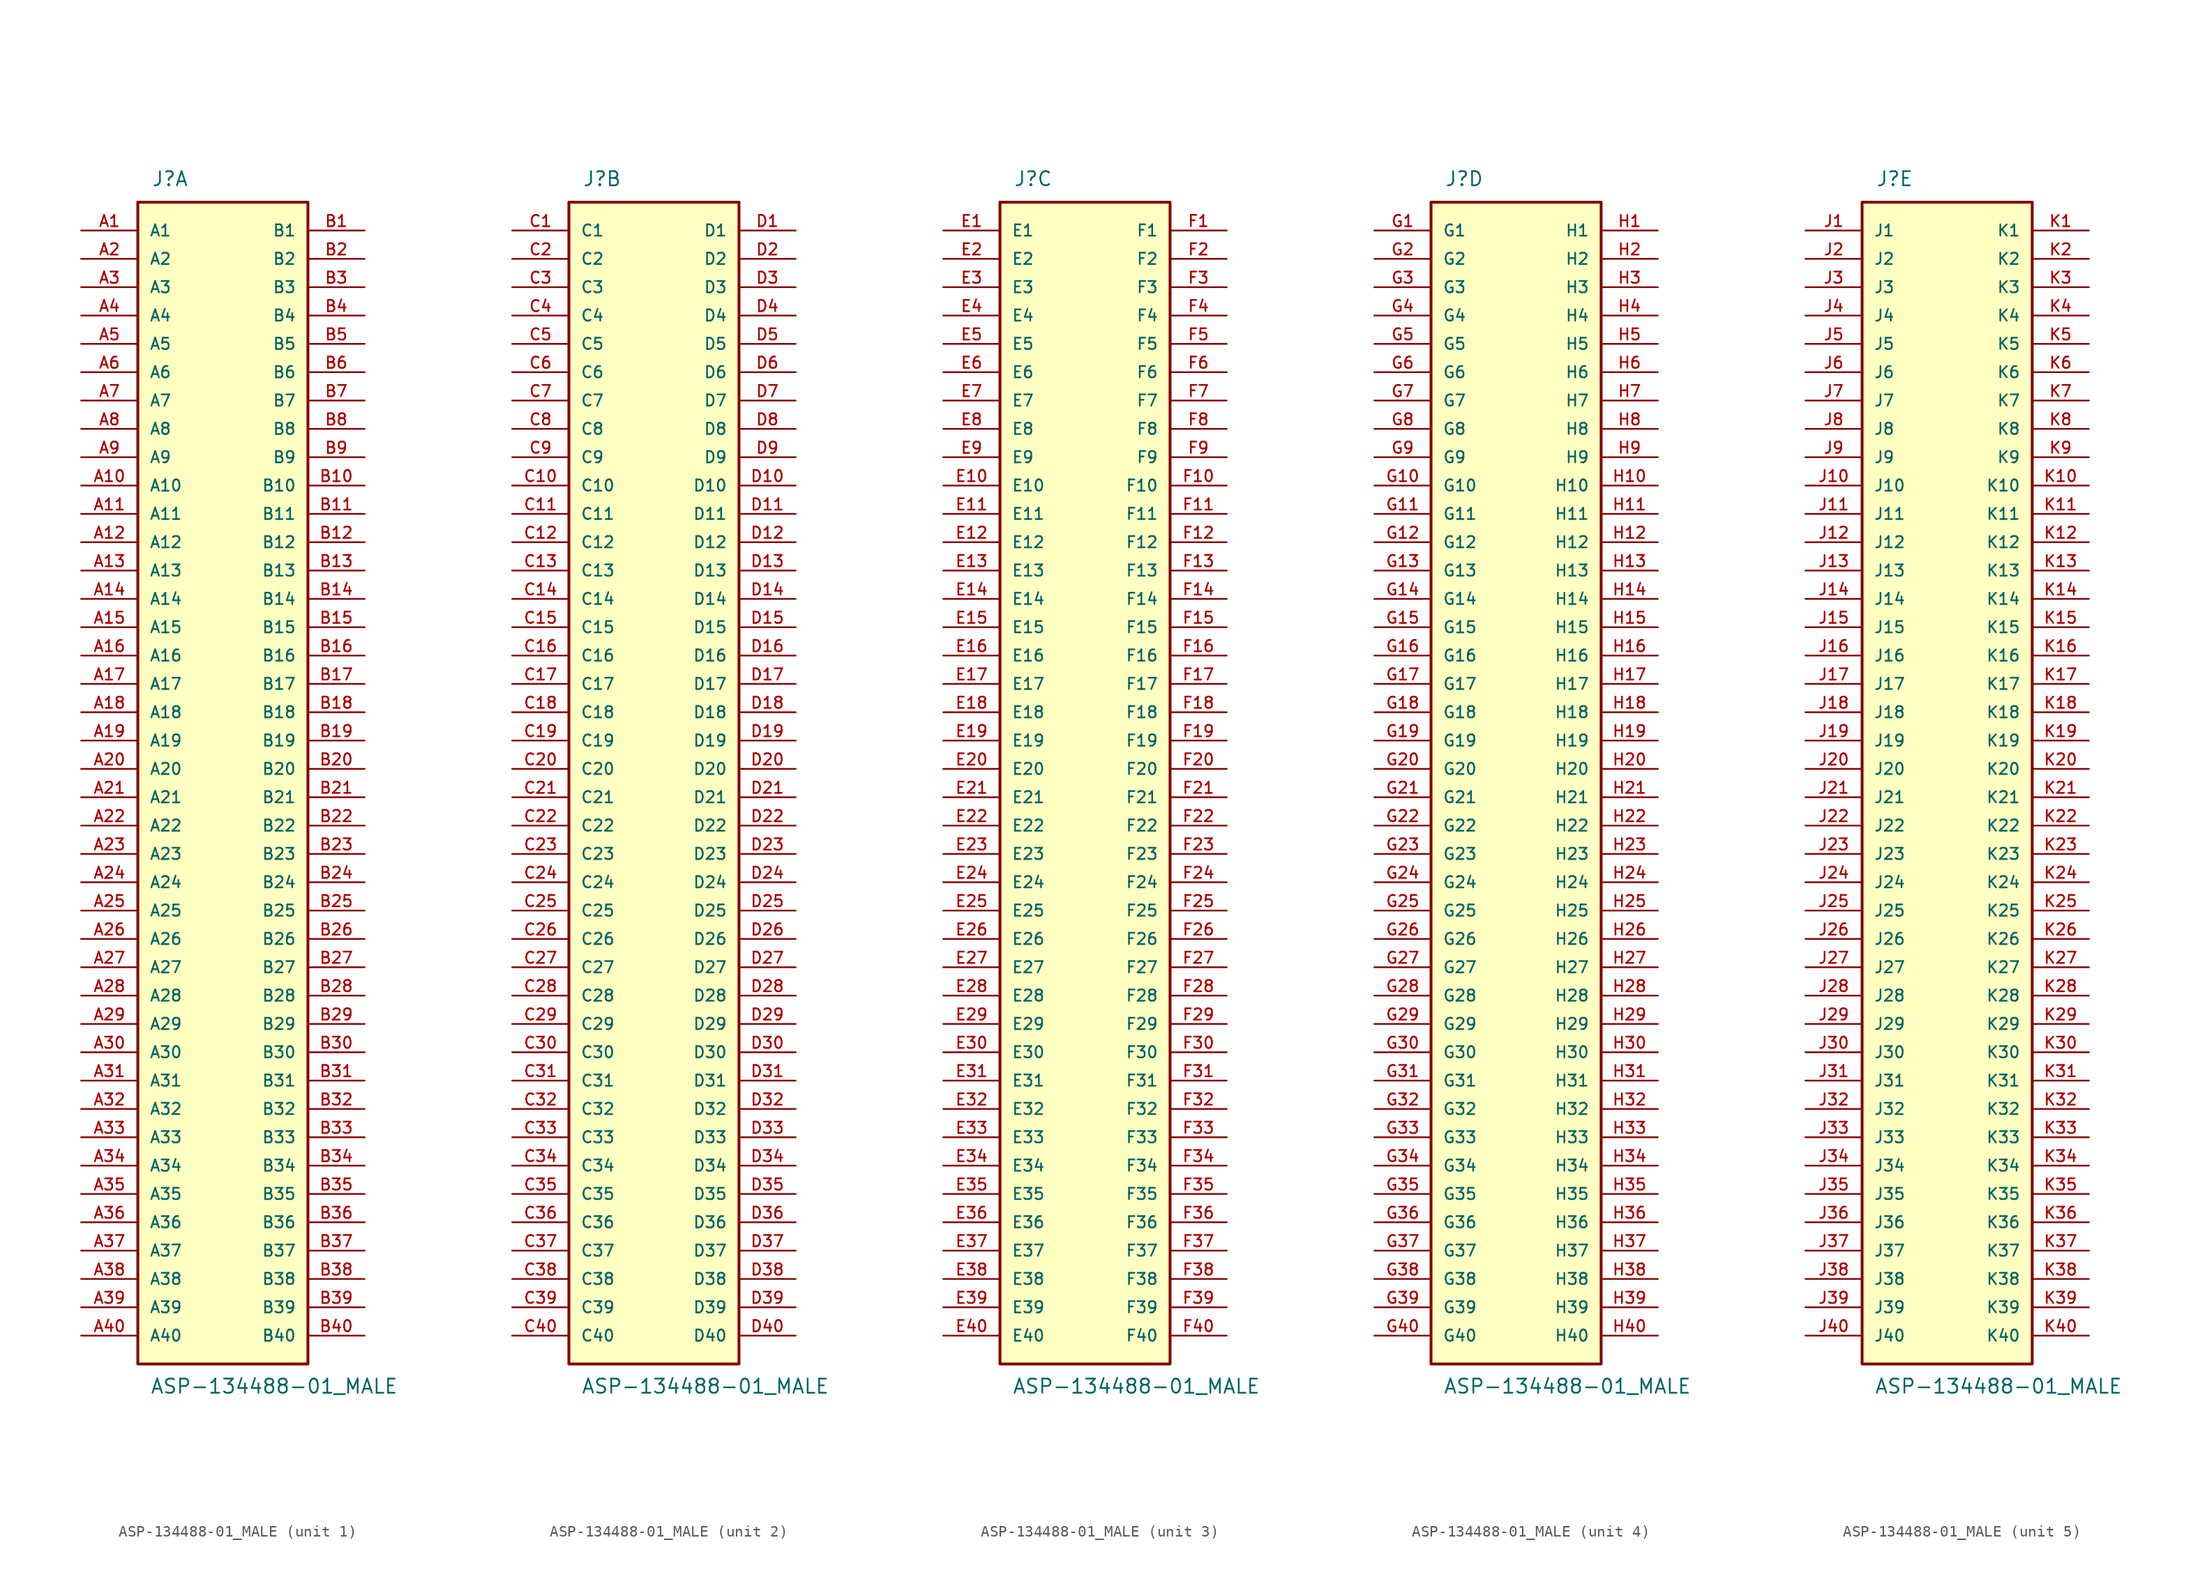
<source format=kicad_sym>
(kicad_symbol_lib
  (version 20211014)
  (generator kicad_symbol_editor)
  (symbol "ASP-134488-01_MALE"
    (pin_names
      (offset 1.016))
    (property "Reference" "J"
      (at -6.401 54.686 0)
      (effects (font (size 1.27 1.27)) (justify left bottom)))
    (property "Value" "ASP-134488-01_MALE"
      (at -6.528 -53.543 0)
      (effects (font (size 1.27 1.27)) (justify left bottom)))
    (property "ki_locked" ""
      (at 0 0 0)
      (effects (font (size 1.27 1.27))))
    (symbol "ASP-134488-01_MALE_1_0"
      (rectangle (start -7.62 -50.8) (end 7.62 53.34) (stroke (width 0.254) (type default) (color 0 0 0 0)) (fill (type background)))
      (pin passive line (at -12.7 50.8 0) (length 5.08) (name "A1" (effects (font (size 1.016 1.016)))) (number "A1" (effects (font (size 1.016 1.016)))))
      (pin passive line (at -12.7 27.94 0) (length 5.08) (name "A10" (effects (font (size 1.016 1.016)))) (number "A10" (effects (font (size 1.016 1.016)))))
      (pin passive line (at -12.7 25.4 0) (length 5.08) (name "A11" (effects (font (size 1.016 1.016)))) (number "A11" (effects (font (size 1.016 1.016)))))
      (pin passive line (at -12.7 22.86 0) (length 5.08) (name "A12" (effects (font (size 1.016 1.016)))) (number "A12" (effects (font (size 1.016 1.016)))))
      (pin passive line (at -12.7 20.32 0) (length 5.08) (name "A13" (effects (font (size 1.016 1.016)))) (number "A13" (effects (font (size 1.016 1.016)))))
      (pin passive line (at -12.7 17.78 0) (length 5.08) (name "A14" (effects (font (size 1.016 1.016)))) (number "A14" (effects (font (size 1.016 1.016)))))
      (pin passive line (at -12.7 15.24 0) (length 5.08) (name "A15" (effects (font (size 1.016 1.016)))) (number "A15" (effects (font (size 1.016 1.016)))))
      (pin passive line (at -12.7 12.7 0) (length 5.08) (name "A16" (effects (font (size 1.016 1.016)))) (number "A16" (effects (font (size 1.016 1.016)))))
      (pin passive line (at -12.7 10.16 0) (length 5.08) (name "A17" (effects (font (size 1.016 1.016)))) (number "A17" (effects (font (size 1.016 1.016)))))
      (pin passive line (at -12.7 7.62 0) (length 5.08) (name "A18" (effects (font (size 1.016 1.016)))) (number "A18" (effects (font (size 1.016 1.016)))))
      (pin passive line (at -12.7 5.08 0) (length 5.08) (name "A19" (effects (font (size 1.016 1.016)))) (number "A19" (effects (font (size 1.016 1.016)))))
      (pin passive line (at -12.7 48.26 0) (length 5.08) (name "A2" (effects (font (size 1.016 1.016)))) (number "A2" (effects (font (size 1.016 1.016)))))
      (pin passive line (at -12.7 2.54 0) (length 5.08) (name "A20" (effects (font (size 1.016 1.016)))) (number "A20" (effects (font (size 1.016 1.016)))))
      (pin passive line (at -12.7 0 0) (length 5.08) (name "A21" (effects (font (size 1.016 1.016)))) (number "A21" (effects (font (size 1.016 1.016)))))
      (pin passive line (at -12.7 -2.54 0) (length 5.08) (name "A22" (effects (font (size 1.016 1.016)))) (number "A22" (effects (font (size 1.016 1.016)))))
      (pin passive line (at -12.7 -5.08 0) (length 5.08) (name "A23" (effects (font (size 1.016 1.016)))) (number "A23" (effects (font (size 1.016 1.016)))))
      (pin passive line (at -12.7 -7.62 0) (length 5.08) (name "A24" (effects (font (size 1.016 1.016)))) (number "A24" (effects (font (size 1.016 1.016)))))
      (pin passive line (at -12.7 -10.16 0) (length 5.08) (name "A25" (effects (font (size 1.016 1.016)))) (number "A25" (effects (font (size 1.016 1.016)))))
      (pin passive line (at -12.7 -12.7 0) (length 5.08) (name "A26" (effects (font (size 1.016 1.016)))) (number "A26" (effects (font (size 1.016 1.016)))))
      (pin passive line (at -12.7 -15.24 0) (length 5.08) (name "A27" (effects (font (size 1.016 1.016)))) (number "A27" (effects (font (size 1.016 1.016)))))
      (pin passive line (at -12.7 -17.78 0) (length 5.08) (name "A28" (effects (font (size 1.016 1.016)))) (number "A28" (effects (font (size 1.016 1.016)))))
      (pin passive line (at -12.7 -20.32 0) (length 5.08) (name "A29" (effects (font (size 1.016 1.016)))) (number "A29" (effects (font (size 1.016 1.016)))))
      (pin passive line (at -12.7 45.72 0) (length 5.08) (name "A3" (effects (font (size 1.016 1.016)))) (number "A3" (effects (font (size 1.016 1.016)))))
      (pin passive line (at -12.7 -22.86 0) (length 5.08) (name "A30" (effects (font (size 1.016 1.016)))) (number "A30" (effects (font (size 1.016 1.016)))))
      (pin passive line (at -12.7 -25.4 0) (length 5.08) (name "A31" (effects (font (size 1.016 1.016)))) (number "A31" (effects (font (size 1.016 1.016)))))
      (pin passive line (at -12.7 -27.94 0) (length 5.08) (name "A32" (effects (font (size 1.016 1.016)))) (number "A32" (effects (font (size 1.016 1.016)))))
      (pin passive line (at -12.7 -30.48 0) (length 5.08) (name "A33" (effects (font (size 1.016 1.016)))) (number "A33" (effects (font (size 1.016 1.016)))))
      (pin passive line (at -12.7 -33.02 0) (length 5.08) (name "A34" (effects (font (size 1.016 1.016)))) (number "A34" (effects (font (size 1.016 1.016)))))
      (pin passive line (at -12.7 -35.56 0) (length 5.08) (name "A35" (effects (font (size 1.016 1.016)))) (number "A35" (effects (font (size 1.016 1.016)))))
      (pin passive line (at -12.7 -38.1 0) (length 5.08) (name "A36" (effects (font (size 1.016 1.016)))) (number "A36" (effects (font (size 1.016 1.016)))))
      (pin passive line (at -12.7 -40.64 0) (length 5.08) (name "A37" (effects (font (size 1.016 1.016)))) (number "A37" (effects (font (size 1.016 1.016)))))
      (pin passive line (at -12.7 -43.18 0) (length 5.08) (name "A38" (effects (font (size 1.016 1.016)))) (number "A38" (effects (font (size 1.016 1.016)))))
      (pin passive line (at -12.7 -45.72 0) (length 5.08) (name "A39" (effects (font (size 1.016 1.016)))) (number "A39" (effects (font (size 1.016 1.016)))))
      (pin passive line (at -12.7 43.18 0) (length 5.08) (name "A4" (effects (font (size 1.016 1.016)))) (number "A4" (effects (font (size 1.016 1.016)))))
      (pin passive line (at -12.7 -48.26 0) (length 5.08) (name "A40" (effects (font (size 1.016 1.016)))) (number "A40" (effects (font (size 1.016 1.016)))))
      (pin passive line (at -12.7 40.64 0) (length 5.08) (name "A5" (effects (font (size 1.016 1.016)))) (number "A5" (effects (font (size 1.016 1.016)))))
      (pin passive line (at -12.7 38.1 0) (length 5.08) (name "A6" (effects (font (size 1.016 1.016)))) (number "A6" (effects (font (size 1.016 1.016)))))
      (pin passive line (at -12.7 35.56 0) (length 5.08) (name "A7" (effects (font (size 1.016 1.016)))) (number "A7" (effects (font (size 1.016 1.016)))))
      (pin passive line (at -12.7 33.02 0) (length 5.08) (name "A8" (effects (font (size 1.016 1.016)))) (number "A8" (effects (font (size 1.016 1.016)))))
      (pin passive line (at -12.7 30.48 0) (length 5.08) (name "A9" (effects (font (size 1.016 1.016)))) (number "A9" (effects (font (size 1.016 1.016)))))
      (pin passive line (at 12.7 50.8 180) (length 5.08) (name "B1" (effects (font (size 1.016 1.016)))) (number "B1" (effects (font (size 1.016 1.016)))))
      (pin passive line (at 12.7 27.94 180) (length 5.08) (name "B10" (effects (font (size 1.016 1.016)))) (number "B10" (effects (font (size 1.016 1.016)))))
      (pin passive line (at 12.7 25.4 180) (length 5.08) (name "B11" (effects (font (size 1.016 1.016)))) (number "B11" (effects (font (size 1.016 1.016)))))
      (pin passive line (at 12.7 22.86 180) (length 5.08) (name "B12" (effects (font (size 1.016 1.016)))) (number "B12" (effects (font (size 1.016 1.016)))))
      (pin passive line (at 12.7 20.32 180) (length 5.08) (name "B13" (effects (font (size 1.016 1.016)))) (number "B13" (effects (font (size 1.016 1.016)))))
      (pin passive line (at 12.7 17.78 180) (length 5.08) (name "B14" (effects (font (size 1.016 1.016)))) (number "B14" (effects (font (size 1.016 1.016)))))
      (pin passive line (at 12.7 15.24 180) (length 5.08) (name "B15" (effects (font (size 1.016 1.016)))) (number "B15" (effects (font (size 1.016 1.016)))))
      (pin passive line (at 12.7 12.7 180) (length 5.08) (name "B16" (effects (font (size 1.016 1.016)))) (number "B16" (effects (font (size 1.016 1.016)))))
      (pin passive line (at 12.7 10.16 180) (length 5.08) (name "B17" (effects (font (size 1.016 1.016)))) (number "B17" (effects (font (size 1.016 1.016)))))
      (pin passive line (at 12.7 7.62 180) (length 5.08) (name "B18" (effects (font (size 1.016 1.016)))) (number "B18" (effects (font (size 1.016 1.016)))))
      (pin passive line (at 12.7 5.08 180) (length 5.08) (name "B19" (effects (font (size 1.016 1.016)))) (number "B19" (effects (font (size 1.016 1.016)))))
      (pin passive line (at 12.7 48.26 180) (length 5.08) (name "B2" (effects (font (size 1.016 1.016)))) (number "B2" (effects (font (size 1.016 1.016)))))
      (pin passive line (at 12.7 2.54 180) (length 5.08) (name "B20" (effects (font (size 1.016 1.016)))) (number "B20" (effects (font (size 1.016 1.016)))))
      (pin passive line (at 12.7 0 180) (length 5.08) (name "B21" (effects (font (size 1.016 1.016)))) (number "B21" (effects (font (size 1.016 1.016)))))
      (pin passive line (at 12.7 -2.54 180) (length 5.08) (name "B22" (effects (font (size 1.016 1.016)))) (number "B22" (effects (font (size 1.016 1.016)))))
      (pin passive line (at 12.7 -5.08 180) (length 5.08) (name "B23" (effects (font (size 1.016 1.016)))) (number "B23" (effects (font (size 1.016 1.016)))))
      (pin passive line (at 12.7 -7.62 180) (length 5.08) (name "B24" (effects (font (size 1.016 1.016)))) (number "B24" (effects (font (size 1.016 1.016)))))
      (pin passive line (at 12.7 -10.16 180) (length 5.08) (name "B25" (effects (font (size 1.016 1.016)))) (number "B25" (effects (font (size 1.016 1.016)))))
      (pin passive line (at 12.7 -12.7 180) (length 5.08) (name "B26" (effects (font (size 1.016 1.016)))) (number "B26" (effects (font (size 1.016 1.016)))))
      (pin passive line (at 12.7 -15.24 180) (length 5.08) (name "B27" (effects (font (size 1.016 1.016)))) (number "B27" (effects (font (size 1.016 1.016)))))
      (pin passive line (at 12.7 -17.78 180) (length 5.08) (name "B28" (effects (font (size 1.016 1.016)))) (number "B28" (effects (font (size 1.016 1.016)))))
      (pin passive line (at 12.7 -20.32 180) (length 5.08) (name "B29" (effects (font (size 1.016 1.016)))) (number "B29" (effects (font (size 1.016 1.016)))))
      (pin passive line (at 12.7 45.72 180) (length 5.08) (name "B3" (effects (font (size 1.016 1.016)))) (number "B3" (effects (font (size 1.016 1.016)))))
      (pin passive line (at 12.7 -22.86 180) (length 5.08) (name "B30" (effects (font (size 1.016 1.016)))) (number "B30" (effects (font (size 1.016 1.016)))))
      (pin passive line (at 12.7 -25.4 180) (length 5.08) (name "B31" (effects (font (size 1.016 1.016)))) (number "B31" (effects (font (size 1.016 1.016)))))
      (pin passive line (at 12.7 -27.94 180) (length 5.08) (name "B32" (effects (font (size 1.016 1.016)))) (number "B32" (effects (font (size 1.016 1.016)))))
      (pin passive line (at 12.7 -30.48 180) (length 5.08) (name "B33" (effects (font (size 1.016 1.016)))) (number "B33" (effects (font (size 1.016 1.016)))))
      (pin passive line (at 12.7 -33.02 180) (length 5.08) (name "B34" (effects (font (size 1.016 1.016)))) (number "B34" (effects (font (size 1.016 1.016)))))
      (pin passive line (at 12.7 -35.56 180) (length 5.08) (name "B35" (effects (font (size 1.016 1.016)))) (number "B35" (effects (font (size 1.016 1.016)))))
      (pin passive line (at 12.7 -38.1 180) (length 5.08) (name "B36" (effects (font (size 1.016 1.016)))) (number "B36" (effects (font (size 1.016 1.016)))))
      (pin passive line (at 12.7 -40.64 180) (length 5.08) (name "B37" (effects (font (size 1.016 1.016)))) (number "B37" (effects (font (size 1.016 1.016)))))
      (pin passive line (at 12.7 -43.18 180) (length 5.08) (name "B38" (effects (font (size 1.016 1.016)))) (number "B38" (effects (font (size 1.016 1.016)))))
      (pin passive line (at 12.7 -45.72 180) (length 5.08) (name "B39" (effects (font (size 1.016 1.016)))) (number "B39" (effects (font (size 1.016 1.016)))))
      (pin passive line (at 12.7 43.18 180) (length 5.08) (name "B4" (effects (font (size 1.016 1.016)))) (number "B4" (effects (font (size 1.016 1.016)))))
      (pin passive line (at 12.7 -48.26 180) (length 5.08) (name "B40" (effects (font (size 1.016 1.016)))) (number "B40" (effects (font (size 1.016 1.016)))))
      (pin passive line (at 12.7 40.64 180) (length 5.08) (name "B5" (effects (font (size 1.016 1.016)))) (number "B5" (effects (font (size 1.016 1.016)))))
      (pin passive line (at 12.7 38.1 180) (length 5.08) (name "B6" (effects (font (size 1.016 1.016)))) (number "B6" (effects (font (size 1.016 1.016)))))
      (pin passive line (at 12.7 35.56 180) (length 5.08) (name "B7" (effects (font (size 1.016 1.016)))) (number "B7" (effects (font (size 1.016 1.016)))))
      (pin passive line (at 12.7 33.02 180) (length 5.08) (name "B8" (effects (font (size 1.016 1.016)))) (number "B8" (effects (font (size 1.016 1.016)))))
      (pin passive line (at 12.7 30.48 180) (length 5.08) (name "B9" (effects (font (size 1.016 1.016)))) (number "B9" (effects (font (size 1.016 1.016))))))
    (symbol "ASP-134488-01_MALE_2_0"
      (rectangle (start -7.62 -50.8) (end 7.62 53.34) (stroke (width 0.254) (type default) (color 0 0 0 0)) (fill (type background)))
      (pin passive line (at -12.7 50.8 0) (length 5.08) (name "C1" (effects (font (size 1.016 1.016)))) (number "C1" (effects (font (size 1.016 1.016)))))
      (pin passive line (at -12.7 27.94 0) (length 5.08) (name "C10" (effects (font (size 1.016 1.016)))) (number "C10" (effects (font (size 1.016 1.016)))))
      (pin passive line (at -12.7 25.4 0) (length 5.08) (name "C11" (effects (font (size 1.016 1.016)))) (number "C11" (effects (font (size 1.016 1.016)))))
      (pin passive line (at -12.7 22.86 0) (length 5.08) (name "C12" (effects (font (size 1.016 1.016)))) (number "C12" (effects (font (size 1.016 1.016)))))
      (pin passive line (at -12.7 20.32 0) (length 5.08) (name "C13" (effects (font (size 1.016 1.016)))) (number "C13" (effects (font (size 1.016 1.016)))))
      (pin passive line (at -12.7 17.78 0) (length 5.08) (name "C14" (effects (font (size 1.016 1.016)))) (number "C14" (effects (font (size 1.016 1.016)))))
      (pin passive line (at -12.7 15.24 0) (length 5.08) (name "C15" (effects (font (size 1.016 1.016)))) (number "C15" (effects (font (size 1.016 1.016)))))
      (pin passive line (at -12.7 12.7 0) (length 5.08) (name "C16" (effects (font (size 1.016 1.016)))) (number "C16" (effects (font (size 1.016 1.016)))))
      (pin passive line (at -12.7 10.16 0) (length 5.08) (name "C17" (effects (font (size 1.016 1.016)))) (number "C17" (effects (font (size 1.016 1.016)))))
      (pin passive line (at -12.7 7.62 0) (length 5.08) (name "C18" (effects (font (size 1.016 1.016)))) (number "C18" (effects (font (size 1.016 1.016)))))
      (pin passive line (at -12.7 5.08 0) (length 5.08) (name "C19" (effects (font (size 1.016 1.016)))) (number "C19" (effects (font (size 1.016 1.016)))))
      (pin passive line (at -12.7 48.26 0) (length 5.08) (name "C2" (effects (font (size 1.016 1.016)))) (number "C2" (effects (font (size 1.016 1.016)))))
      (pin passive line (at -12.7 2.54 0) (length 5.08) (name "C20" (effects (font (size 1.016 1.016)))) (number "C20" (effects (font (size 1.016 1.016)))))
      (pin passive line (at -12.7 0 0) (length 5.08) (name "C21" (effects (font (size 1.016 1.016)))) (number "C21" (effects (font (size 1.016 1.016)))))
      (pin passive line (at -12.7 -2.54 0) (length 5.08) (name "C22" (effects (font (size 1.016 1.016)))) (number "C22" (effects (font (size 1.016 1.016)))))
      (pin passive line (at -12.7 -5.08 0) (length 5.08) (name "C23" (effects (font (size 1.016 1.016)))) (number "C23" (effects (font (size 1.016 1.016)))))
      (pin passive line (at -12.7 -7.62 0) (length 5.08) (name "C24" (effects (font (size 1.016 1.016)))) (number "C24" (effects (font (size 1.016 1.016)))))
      (pin passive line (at -12.7 -10.16 0) (length 5.08) (name "C25" (effects (font (size 1.016 1.016)))) (number "C25" (effects (font (size 1.016 1.016)))))
      (pin passive line (at -12.7 -12.7 0) (length 5.08) (name "C26" (effects (font (size 1.016 1.016)))) (number "C26" (effects (font (size 1.016 1.016)))))
      (pin passive line (at -12.7 -15.24 0) (length 5.08) (name "C27" (effects (font (size 1.016 1.016)))) (number "C27" (effects (font (size 1.016 1.016)))))
      (pin passive line (at -12.7 -17.78 0) (length 5.08) (name "C28" (effects (font (size 1.016 1.016)))) (number "C28" (effects (font (size 1.016 1.016)))))
      (pin passive line (at -12.7 -20.32 0) (length 5.08) (name "C29" (effects (font (size 1.016 1.016)))) (number "C29" (effects (font (size 1.016 1.016)))))
      (pin passive line (at -12.7 45.72 0) (length 5.08) (name "C3" (effects (font (size 1.016 1.016)))) (number "C3" (effects (font (size 1.016 1.016)))))
      (pin passive line (at -12.7 -22.86 0) (length 5.08) (name "C30" (effects (font (size 1.016 1.016)))) (number "C30" (effects (font (size 1.016 1.016)))))
      (pin passive line (at -12.7 -25.4 0) (length 5.08) (name "C31" (effects (font (size 1.016 1.016)))) (number "C31" (effects (font (size 1.016 1.016)))))
      (pin passive line (at -12.7 -27.94 0) (length 5.08) (name "C32" (effects (font (size 1.016 1.016)))) (number "C32" (effects (font (size 1.016 1.016)))))
      (pin passive line (at -12.7 -30.48 0) (length 5.08) (name "C33" (effects (font (size 1.016 1.016)))) (number "C33" (effects (font (size 1.016 1.016)))))
      (pin passive line (at -12.7 -33.02 0) (length 5.08) (name "C34" (effects (font (size 1.016 1.016)))) (number "C34" (effects (font (size 1.016 1.016)))))
      (pin passive line (at -12.7 -35.56 0) (length 5.08) (name "C35" (effects (font (size 1.016 1.016)))) (number "C35" (effects (font (size 1.016 1.016)))))
      (pin passive line (at -12.7 -38.1 0) (length 5.08) (name "C36" (effects (font (size 1.016 1.016)))) (number "C36" (effects (font (size 1.016 1.016)))))
      (pin passive line (at -12.7 -40.64 0) (length 5.08) (name "C37" (effects (font (size 1.016 1.016)))) (number "C37" (effects (font (size 1.016 1.016)))))
      (pin passive line (at -12.7 -43.18 0) (length 5.08) (name "C38" (effects (font (size 1.016 1.016)))) (number "C38" (effects (font (size 1.016 1.016)))))
      (pin passive line (at -12.7 -45.72 0) (length 5.08) (name "C39" (effects (font (size 1.016 1.016)))) (number "C39" (effects (font (size 1.016 1.016)))))
      (pin passive line (at -12.7 43.18 0) (length 5.08) (name "C4" (effects (font (size 1.016 1.016)))) (number "C4" (effects (font (size 1.016 1.016)))))
      (pin passive line (at -12.7 -48.26 0) (length 5.08) (name "C40" (effects (font (size 1.016 1.016)))) (number "C40" (effects (font (size 1.016 1.016)))))
      (pin passive line (at -12.7 40.64 0) (length 5.08) (name "C5" (effects (font (size 1.016 1.016)))) (number "C5" (effects (font (size 1.016 1.016)))))
      (pin passive line (at -12.7 38.1 0) (length 5.08) (name "C6" (effects (font (size 1.016 1.016)))) (number "C6" (effects (font (size 1.016 1.016)))))
      (pin passive line (at -12.7 35.56 0) (length 5.08) (name "C7" (effects (font (size 1.016 1.016)))) (number "C7" (effects (font (size 1.016 1.016)))))
      (pin passive line (at -12.7 33.02 0) (length 5.08) (name "C8" (effects (font (size 1.016 1.016)))) (number "C8" (effects (font (size 1.016 1.016)))))
      (pin passive line (at -12.7 30.48 0) (length 5.08) (name "C9" (effects (font (size 1.016 1.016)))) (number "C9" (effects (font (size 1.016 1.016)))))
      (pin passive line (at 12.7 50.8 180) (length 5.08) (name "D1" (effects (font (size 1.016 1.016)))) (number "D1" (effects (font (size 1.016 1.016)))))
      (pin passive line (at 12.7 27.94 180) (length 5.08) (name "D10" (effects (font (size 1.016 1.016)))) (number "D10" (effects (font (size 1.016 1.016)))))
      (pin passive line (at 12.7 25.4 180) (length 5.08) (name "D11" (effects (font (size 1.016 1.016)))) (number "D11" (effects (font (size 1.016 1.016)))))
      (pin passive line (at 12.7 22.86 180) (length 5.08) (name "D12" (effects (font (size 1.016 1.016)))) (number "D12" (effects (font (size 1.016 1.016)))))
      (pin passive line (at 12.7 20.32 180) (length 5.08) (name "D13" (effects (font (size 1.016 1.016)))) (number "D13" (effects (font (size 1.016 1.016)))))
      (pin passive line (at 12.7 17.78 180) (length 5.08) (name "D14" (effects (font (size 1.016 1.016)))) (number "D14" (effects (font (size 1.016 1.016)))))
      (pin passive line (at 12.7 15.24 180) (length 5.08) (name "D15" (effects (font (size 1.016 1.016)))) (number "D15" (effects (font (size 1.016 1.016)))))
      (pin passive line (at 12.7 12.7 180) (length 5.08) (name "D16" (effects (font (size 1.016 1.016)))) (number "D16" (effects (font (size 1.016 1.016)))))
      (pin passive line (at 12.7 10.16 180) (length 5.08) (name "D17" (effects (font (size 1.016 1.016)))) (number "D17" (effects (font (size 1.016 1.016)))))
      (pin passive line (at 12.7 7.62 180) (length 5.08) (name "D18" (effects (font (size 1.016 1.016)))) (number "D18" (effects (font (size 1.016 1.016)))))
      (pin passive line (at 12.7 5.08 180) (length 5.08) (name "D19" (effects (font (size 1.016 1.016)))) (number "D19" (effects (font (size 1.016 1.016)))))
      (pin passive line (at 12.7 48.26 180) (length 5.08) (name "D2" (effects (font (size 1.016 1.016)))) (number "D2" (effects (font (size 1.016 1.016)))))
      (pin passive line (at 12.7 2.54 180) (length 5.08) (name "D20" (effects (font (size 1.016 1.016)))) (number "D20" (effects (font (size 1.016 1.016)))))
      (pin passive line (at 12.7 0 180) (length 5.08) (name "D21" (effects (font (size 1.016 1.016)))) (number "D21" (effects (font (size 1.016 1.016)))))
      (pin passive line (at 12.7 -2.54 180) (length 5.08) (name "D22" (effects (font (size 1.016 1.016)))) (number "D22" (effects (font (size 1.016 1.016)))))
      (pin passive line (at 12.7 -5.08 180) (length 5.08) (name "D23" (effects (font (size 1.016 1.016)))) (number "D23" (effects (font (size 1.016 1.016)))))
      (pin passive line (at 12.7 -7.62 180) (length 5.08) (name "D24" (effects (font (size 1.016 1.016)))) (number "D24" (effects (font (size 1.016 1.016)))))
      (pin passive line (at 12.7 -10.16 180) (length 5.08) (name "D25" (effects (font (size 1.016 1.016)))) (number "D25" (effects (font (size 1.016 1.016)))))
      (pin passive line (at 12.7 -12.7 180) (length 5.08) (name "D26" (effects (font (size 1.016 1.016)))) (number "D26" (effects (font (size 1.016 1.016)))))
      (pin passive line (at 12.7 -15.24 180) (length 5.08) (name "D27" (effects (font (size 1.016 1.016)))) (number "D27" (effects (font (size 1.016 1.016)))))
      (pin passive line (at 12.7 -17.78 180) (length 5.08) (name "D28" (effects (font (size 1.016 1.016)))) (number "D28" (effects (font (size 1.016 1.016)))))
      (pin passive line (at 12.7 -20.32 180) (length 5.08) (name "D29" (effects (font (size 1.016 1.016)))) (number "D29" (effects (font (size 1.016 1.016)))))
      (pin passive line (at 12.7 45.72 180) (length 5.08) (name "D3" (effects (font (size 1.016 1.016)))) (number "D3" (effects (font (size 1.016 1.016)))))
      (pin passive line (at 12.7 -22.86 180) (length 5.08) (name "D30" (effects (font (size 1.016 1.016)))) (number "D30" (effects (font (size 1.016 1.016)))))
      (pin passive line (at 12.7 -25.4 180) (length 5.08) (name "D31" (effects (font (size 1.016 1.016)))) (number "D31" (effects (font (size 1.016 1.016)))))
      (pin passive line (at 12.7 -27.94 180) (length 5.08) (name "D32" (effects (font (size 1.016 1.016)))) (number "D32" (effects (font (size 1.016 1.016)))))
      (pin passive line (at 12.7 -30.48 180) (length 5.08) (name "D33" (effects (font (size 1.016 1.016)))) (number "D33" (effects (font (size 1.016 1.016)))))
      (pin passive line (at 12.7 -33.02 180) (length 5.08) (name "D34" (effects (font (size 1.016 1.016)))) (number "D34" (effects (font (size 1.016 1.016)))))
      (pin passive line (at 12.7 -35.56 180) (length 5.08) (name "D35" (effects (font (size 1.016 1.016)))) (number "D35" (effects (font (size 1.016 1.016)))))
      (pin passive line (at 12.7 -38.1 180) (length 5.08) (name "D36" (effects (font (size 1.016 1.016)))) (number "D36" (effects (font (size 1.016 1.016)))))
      (pin passive line (at 12.7 -40.64 180) (length 5.08) (name "D37" (effects (font (size 1.016 1.016)))) (number "D37" (effects (font (size 1.016 1.016)))))
      (pin passive line (at 12.7 -43.18 180) (length 5.08) (name "D38" (effects (font (size 1.016 1.016)))) (number "D38" (effects (font (size 1.016 1.016)))))
      (pin passive line (at 12.7 -45.72 180) (length 5.08) (name "D39" (effects (font (size 1.016 1.016)))) (number "D39" (effects (font (size 1.016 1.016)))))
      (pin passive line (at 12.7 43.18 180) (length 5.08) (name "D4" (effects (font (size 1.016 1.016)))) (number "D4" (effects (font (size 1.016 1.016)))))
      (pin passive line (at 12.7 -48.26 180) (length 5.08) (name "D40" (effects (font (size 1.016 1.016)))) (number "D40" (effects (font (size 1.016 1.016)))))
      (pin passive line (at 12.7 40.64 180) (length 5.08) (name "D5" (effects (font (size 1.016 1.016)))) (number "D5" (effects (font (size 1.016 1.016)))))
      (pin passive line (at 12.7 38.1 180) (length 5.08) (name "D6" (effects (font (size 1.016 1.016)))) (number "D6" (effects (font (size 1.016 1.016)))))
      (pin passive line (at 12.7 35.56 180) (length 5.08) (name "D7" (effects (font (size 1.016 1.016)))) (number "D7" (effects (font (size 1.016 1.016)))))
      (pin passive line (at 12.7 33.02 180) (length 5.08) (name "D8" (effects (font (size 1.016 1.016)))) (number "D8" (effects (font (size 1.016 1.016)))))
      (pin passive line (at 12.7 30.48 180) (length 5.08) (name "D9" (effects (font (size 1.016 1.016)))) (number "D9" (effects (font (size 1.016 1.016))))))
    (symbol "ASP-134488-01_MALE_3_0"
      (rectangle (start -7.62 -50.8) (end 7.62 53.34) (stroke (width 0.254) (type default) (color 0 0 0 0)) (fill (type background)))
      (pin passive line (at -12.7 50.8 0) (length 5.08) (name "E1" (effects (font (size 1.016 1.016)))) (number "E1" (effects (font (size 1.016 1.016)))))
      (pin passive line (at -12.7 27.94 0) (length 5.08) (name "E10" (effects (font (size 1.016 1.016)))) (number "E10" (effects (font (size 1.016 1.016)))))
      (pin passive line (at -12.7 25.4 0) (length 5.08) (name "E11" (effects (font (size 1.016 1.016)))) (number "E11" (effects (font (size 1.016 1.016)))))
      (pin passive line (at -12.7 22.86 0) (length 5.08) (name "E12" (effects (font (size 1.016 1.016)))) (number "E12" (effects (font (size 1.016 1.016)))))
      (pin passive line (at -12.7 20.32 0) (length 5.08) (name "E13" (effects (font (size 1.016 1.016)))) (number "E13" (effects (font (size 1.016 1.016)))))
      (pin passive line (at -12.7 17.78 0) (length 5.08) (name "E14" (effects (font (size 1.016 1.016)))) (number "E14" (effects (font (size 1.016 1.016)))))
      (pin passive line (at -12.7 15.24 0) (length 5.08) (name "E15" (effects (font (size 1.016 1.016)))) (number "E15" (effects (font (size 1.016 1.016)))))
      (pin passive line (at -12.7 12.7 0) (length 5.08) (name "E16" (effects (font (size 1.016 1.016)))) (number "E16" (effects (font (size 1.016 1.016)))))
      (pin passive line (at -12.7 10.16 0) (length 5.08) (name "E17" (effects (font (size 1.016 1.016)))) (number "E17" (effects (font (size 1.016 1.016)))))
      (pin passive line (at -12.7 7.62 0) (length 5.08) (name "E18" (effects (font (size 1.016 1.016)))) (number "E18" (effects (font (size 1.016 1.016)))))
      (pin passive line (at -12.7 5.08 0) (length 5.08) (name "E19" (effects (font (size 1.016 1.016)))) (number "E19" (effects (font (size 1.016 1.016)))))
      (pin passive line (at -12.7 48.26 0) (length 5.08) (name "E2" (effects (font (size 1.016 1.016)))) (number "E2" (effects (font (size 1.016 1.016)))))
      (pin passive line (at -12.7 2.54 0) (length 5.08) (name "E20" (effects (font (size 1.016 1.016)))) (number "E20" (effects (font (size 1.016 1.016)))))
      (pin passive line (at -12.7 0 0) (length 5.08) (name "E21" (effects (font (size 1.016 1.016)))) (number "E21" (effects (font (size 1.016 1.016)))))
      (pin passive line (at -12.7 -2.54 0) (length 5.08) (name "E22" (effects (font (size 1.016 1.016)))) (number "E22" (effects (font (size 1.016 1.016)))))
      (pin passive line (at -12.7 -5.08 0) (length 5.08) (name "E23" (effects (font (size 1.016 1.016)))) (number "E23" (effects (font (size 1.016 1.016)))))
      (pin passive line (at -12.7 -7.62 0) (length 5.08) (name "E24" (effects (font (size 1.016 1.016)))) (number "E24" (effects (font (size 1.016 1.016)))))
      (pin passive line (at -12.7 -10.16 0) (length 5.08) (name "E25" (effects (font (size 1.016 1.016)))) (number "E25" (effects (font (size 1.016 1.016)))))
      (pin passive line (at -12.7 -12.7 0) (length 5.08) (name "E26" (effects (font (size 1.016 1.016)))) (number "E26" (effects (font (size 1.016 1.016)))))
      (pin passive line (at -12.7 -15.24 0) (length 5.08) (name "E27" (effects (font (size 1.016 1.016)))) (number "E27" (effects (font (size 1.016 1.016)))))
      (pin passive line (at -12.7 -17.78 0) (length 5.08) (name "E28" (effects (font (size 1.016 1.016)))) (number "E28" (effects (font (size 1.016 1.016)))))
      (pin passive line (at -12.7 -20.32 0) (length 5.08) (name "E29" (effects (font (size 1.016 1.016)))) (number "E29" (effects (font (size 1.016 1.016)))))
      (pin passive line (at -12.7 45.72 0) (length 5.08) (name "E3" (effects (font (size 1.016 1.016)))) (number "E3" (effects (font (size 1.016 1.016)))))
      (pin passive line (at -12.7 -22.86 0) (length 5.08) (name "E30" (effects (font (size 1.016 1.016)))) (number "E30" (effects (font (size 1.016 1.016)))))
      (pin passive line (at -12.7 -25.4 0) (length 5.08) (name "E31" (effects (font (size 1.016 1.016)))) (number "E31" (effects (font (size 1.016 1.016)))))
      (pin passive line (at -12.7 -27.94 0) (length 5.08) (name "E32" (effects (font (size 1.016 1.016)))) (number "E32" (effects (font (size 1.016 1.016)))))
      (pin passive line (at -12.7 -30.48 0) (length 5.08) (name "E33" (effects (font (size 1.016 1.016)))) (number "E33" (effects (font (size 1.016 1.016)))))
      (pin passive line (at -12.7 -33.02 0) (length 5.08) (name "E34" (effects (font (size 1.016 1.016)))) (number "E34" (effects (font (size 1.016 1.016)))))
      (pin passive line (at -12.7 -35.56 0) (length 5.08) (name "E35" (effects (font (size 1.016 1.016)))) (number "E35" (effects (font (size 1.016 1.016)))))
      (pin passive line (at -12.7 -38.1 0) (length 5.08) (name "E36" (effects (font (size 1.016 1.016)))) (number "E36" (effects (font (size 1.016 1.016)))))
      (pin passive line (at -12.7 -40.64 0) (length 5.08) (name "E37" (effects (font (size 1.016 1.016)))) (number "E37" (effects (font (size 1.016 1.016)))))
      (pin passive line (at -12.7 -43.18 0) (length 5.08) (name "E38" (effects (font (size 1.016 1.016)))) (number "E38" (effects (font (size 1.016 1.016)))))
      (pin passive line (at -12.7 -45.72 0) (length 5.08) (name "E39" (effects (font (size 1.016 1.016)))) (number "E39" (effects (font (size 1.016 1.016)))))
      (pin passive line (at -12.7 43.18 0) (length 5.08) (name "E4" (effects (font (size 1.016 1.016)))) (number "E4" (effects (font (size 1.016 1.016)))))
      (pin passive line (at -12.7 -48.26 0) (length 5.08) (name "E40" (effects (font (size 1.016 1.016)))) (number "E40" (effects (font (size 1.016 1.016)))))
      (pin passive line (at -12.7 40.64 0) (length 5.08) (name "E5" (effects (font (size 1.016 1.016)))) (number "E5" (effects (font (size 1.016 1.016)))))
      (pin passive line (at -12.7 38.1 0) (length 5.08) (name "E6" (effects (font (size 1.016 1.016)))) (number "E6" (effects (font (size 1.016 1.016)))))
      (pin passive line (at -12.7 35.56 0) (length 5.08) (name "E7" (effects (font (size 1.016 1.016)))) (number "E7" (effects (font (size 1.016 1.016)))))
      (pin passive line (at -12.7 33.02 0) (length 5.08) (name "E8" (effects (font (size 1.016 1.016)))) (number "E8" (effects (font (size 1.016 1.016)))))
      (pin passive line (at -12.7 30.48 0) (length 5.08) (name "E9" (effects (font (size 1.016 1.016)))) (number "E9" (effects (font (size 1.016 1.016)))))
      (pin passive line (at 12.7 50.8 180) (length 5.08) (name "F1" (effects (font (size 1.016 1.016)))) (number "F1" (effects (font (size 1.016 1.016)))))
      (pin passive line (at 12.7 27.94 180) (length 5.08) (name "F10" (effects (font (size 1.016 1.016)))) (number "F10" (effects (font (size 1.016 1.016)))))
      (pin passive line (at 12.7 25.4 180) (length 5.08) (name "F11" (effects (font (size 1.016 1.016)))) (number "F11" (effects (font (size 1.016 1.016)))))
      (pin passive line (at 12.7 22.86 180) (length 5.08) (name "F12" (effects (font (size 1.016 1.016)))) (number "F12" (effects (font (size 1.016 1.016)))))
      (pin passive line (at 12.7 20.32 180) (length 5.08) (name "F13" (effects (font (size 1.016 1.016)))) (number "F13" (effects (font (size 1.016 1.016)))))
      (pin passive line (at 12.7 17.78 180) (length 5.08) (name "F14" (effects (font (size 1.016 1.016)))) (number "F14" (effects (font (size 1.016 1.016)))))
      (pin passive line (at 12.7 15.24 180) (length 5.08) (name "F15" (effects (font (size 1.016 1.016)))) (number "F15" (effects (font (size 1.016 1.016)))))
      (pin passive line (at 12.7 12.7 180) (length 5.08) (name "F16" (effects (font (size 1.016 1.016)))) (number "F16" (effects (font (size 1.016 1.016)))))
      (pin passive line (at 12.7 10.16 180) (length 5.08) (name "F17" (effects (font (size 1.016 1.016)))) (number "F17" (effects (font (size 1.016 1.016)))))
      (pin passive line (at 12.7 7.62 180) (length 5.08) (name "F18" (effects (font (size 1.016 1.016)))) (number "F18" (effects (font (size 1.016 1.016)))))
      (pin passive line (at 12.7 5.08 180) (length 5.08) (name "F19" (effects (font (size 1.016 1.016)))) (number "F19" (effects (font (size 1.016 1.016)))))
      (pin passive line (at 12.7 48.26 180) (length 5.08) (name "F2" (effects (font (size 1.016 1.016)))) (number "F2" (effects (font (size 1.016 1.016)))))
      (pin passive line (at 12.7 2.54 180) (length 5.08) (name "F20" (effects (font (size 1.016 1.016)))) (number "F20" (effects (font (size 1.016 1.016)))))
      (pin passive line (at 12.7 0 180) (length 5.08) (name "F21" (effects (font (size 1.016 1.016)))) (number "F21" (effects (font (size 1.016 1.016)))))
      (pin passive line (at 12.7 -2.54 180) (length 5.08) (name "F22" (effects (font (size 1.016 1.016)))) (number "F22" (effects (font (size 1.016 1.016)))))
      (pin passive line (at 12.7 -5.08 180) (length 5.08) (name "F23" (effects (font (size 1.016 1.016)))) (number "F23" (effects (font (size 1.016 1.016)))))
      (pin passive line (at 12.7 -7.62 180) (length 5.08) (name "F24" (effects (font (size 1.016 1.016)))) (number "F24" (effects (font (size 1.016 1.016)))))
      (pin passive line (at 12.7 -10.16 180) (length 5.08) (name "F25" (effects (font (size 1.016 1.016)))) (number "F25" (effects (font (size 1.016 1.016)))))
      (pin passive line (at 12.7 -12.7 180) (length 5.08) (name "F26" (effects (font (size 1.016 1.016)))) (number "F26" (effects (font (size 1.016 1.016)))))
      (pin passive line (at 12.7 -15.24 180) (length 5.08) (name "F27" (effects (font (size 1.016 1.016)))) (number "F27" (effects (font (size 1.016 1.016)))))
      (pin passive line (at 12.7 -17.78 180) (length 5.08) (name "F28" (effects (font (size 1.016 1.016)))) (number "F28" (effects (font (size 1.016 1.016)))))
      (pin passive line (at 12.7 -20.32 180) (length 5.08) (name "F29" (effects (font (size 1.016 1.016)))) (number "F29" (effects (font (size 1.016 1.016)))))
      (pin passive line (at 12.7 45.72 180) (length 5.08) (name "F3" (effects (font (size 1.016 1.016)))) (number "F3" (effects (font (size 1.016 1.016)))))
      (pin passive line (at 12.7 -22.86 180) (length 5.08) (name "F30" (effects (font (size 1.016 1.016)))) (number "F30" (effects (font (size 1.016 1.016)))))
      (pin passive line (at 12.7 -25.4 180) (length 5.08) (name "F31" (effects (font (size 1.016 1.016)))) (number "F31" (effects (font (size 1.016 1.016)))))
      (pin passive line (at 12.7 -27.94 180) (length 5.08) (name "F32" (effects (font (size 1.016 1.016)))) (number "F32" (effects (font (size 1.016 1.016)))))
      (pin passive line (at 12.7 -30.48 180) (length 5.08) (name "F33" (effects (font (size 1.016 1.016)))) (number "F33" (effects (font (size 1.016 1.016)))))
      (pin passive line (at 12.7 -33.02 180) (length 5.08) (name "F34" (effects (font (size 1.016 1.016)))) (number "F34" (effects (font (size 1.016 1.016)))))
      (pin passive line (at 12.7 -35.56 180) (length 5.08) (name "F35" (effects (font (size 1.016 1.016)))) (number "F35" (effects (font (size 1.016 1.016)))))
      (pin passive line (at 12.7 -38.1 180) (length 5.08) (name "F36" (effects (font (size 1.016 1.016)))) (number "F36" (effects (font (size 1.016 1.016)))))
      (pin passive line (at 12.7 -40.64 180) (length 5.08) (name "F37" (effects (font (size 1.016 1.016)))) (number "F37" (effects (font (size 1.016 1.016)))))
      (pin passive line (at 12.7 -43.18 180) (length 5.08) (name "F38" (effects (font (size 1.016 1.016)))) (number "F38" (effects (font (size 1.016 1.016)))))
      (pin passive line (at 12.7 -45.72 180) (length 5.08) (name "F39" (effects (font (size 1.016 1.016)))) (number "F39" (effects (font (size 1.016 1.016)))))
      (pin passive line (at 12.7 43.18 180) (length 5.08) (name "F4" (effects (font (size 1.016 1.016)))) (number "F4" (effects (font (size 1.016 1.016)))))
      (pin passive line (at 12.7 -48.26 180) (length 5.08) (name "F40" (effects (font (size 1.016 1.016)))) (number "F40" (effects (font (size 1.016 1.016)))))
      (pin passive line (at 12.7 40.64 180) (length 5.08) (name "F5" (effects (font (size 1.016 1.016)))) (number "F5" (effects (font (size 1.016 1.016)))))
      (pin passive line (at 12.7 38.1 180) (length 5.08) (name "F6" (effects (font (size 1.016 1.016)))) (number "F6" (effects (font (size 1.016 1.016)))))
      (pin passive line (at 12.7 35.56 180) (length 5.08) (name "F7" (effects (font (size 1.016 1.016)))) (number "F7" (effects (font (size 1.016 1.016)))))
      (pin passive line (at 12.7 33.02 180) (length 5.08) (name "F8" (effects (font (size 1.016 1.016)))) (number "F8" (effects (font (size 1.016 1.016)))))
      (pin passive line (at 12.7 30.48 180) (length 5.08) (name "F9" (effects (font (size 1.016 1.016)))) (number "F9" (effects (font (size 1.016 1.016))))))
    (symbol "ASP-134488-01_MALE_4_0"
      (rectangle (start -7.62 -50.8) (end 7.62 53.34) (stroke (width 0.254) (type default) (color 0 0 0 0)) (fill (type background)))
      (pin passive line (at -12.7 50.8 0) (length 5.08) (name "G1" (effects (font (size 1.016 1.016)))) (number "G1" (effects (font (size 1.016 1.016)))))
      (pin passive line (at -12.7 27.94 0) (length 5.08) (name "G10" (effects (font (size 1.016 1.016)))) (number "G10" (effects (font (size 1.016 1.016)))))
      (pin passive line (at -12.7 25.4 0) (length 5.08) (name "G11" (effects (font (size 1.016 1.016)))) (number "G11" (effects (font (size 1.016 1.016)))))
      (pin passive line (at -12.7 22.86 0) (length 5.08) (name "G12" (effects (font (size 1.016 1.016)))) (number "G12" (effects (font (size 1.016 1.016)))))
      (pin passive line (at -12.7 20.32 0) (length 5.08) (name "G13" (effects (font (size 1.016 1.016)))) (number "G13" (effects (font (size 1.016 1.016)))))
      (pin passive line (at -12.7 17.78 0) (length 5.08) (name "G14" (effects (font (size 1.016 1.016)))) (number "G14" (effects (font (size 1.016 1.016)))))
      (pin passive line (at -12.7 15.24 0) (length 5.08) (name "G15" (effects (font (size 1.016 1.016)))) (number "G15" (effects (font (size 1.016 1.016)))))
      (pin passive line (at -12.7 12.7 0) (length 5.08) (name "G16" (effects (font (size 1.016 1.016)))) (number "G16" (effects (font (size 1.016 1.016)))))
      (pin passive line (at -12.7 10.16 0) (length 5.08) (name "G17" (effects (font (size 1.016 1.016)))) (number "G17" (effects (font (size 1.016 1.016)))))
      (pin passive line (at -12.7 7.62 0) (length 5.08) (name "G18" (effects (font (size 1.016 1.016)))) (number "G18" (effects (font (size 1.016 1.016)))))
      (pin passive line (at -12.7 5.08 0) (length 5.08) (name "G19" (effects (font (size 1.016 1.016)))) (number "G19" (effects (font (size 1.016 1.016)))))
      (pin passive line (at -12.7 48.26 0) (length 5.08) (name "G2" (effects (font (size 1.016 1.016)))) (number "G2" (effects (font (size 1.016 1.016)))))
      (pin passive line (at -12.7 2.54 0) (length 5.08) (name "G20" (effects (font (size 1.016 1.016)))) (number "G20" (effects (font (size 1.016 1.016)))))
      (pin passive line (at -12.7 0 0) (length 5.08) (name "G21" (effects (font (size 1.016 1.016)))) (number "G21" (effects (font (size 1.016 1.016)))))
      (pin passive line (at -12.7 -2.54 0) (length 5.08) (name "G22" (effects (font (size 1.016 1.016)))) (number "G22" (effects (font (size 1.016 1.016)))))
      (pin passive line (at -12.7 -5.08 0) (length 5.08) (name "G23" (effects (font (size 1.016 1.016)))) (number "G23" (effects (font (size 1.016 1.016)))))
      (pin passive line (at -12.7 -7.62 0) (length 5.08) (name "G24" (effects (font (size 1.016 1.016)))) (number "G24" (effects (font (size 1.016 1.016)))))
      (pin passive line (at -12.7 -10.16 0) (length 5.08) (name "G25" (effects (font (size 1.016 1.016)))) (number "G25" (effects (font (size 1.016 1.016)))))
      (pin passive line (at -12.7 -12.7 0) (length 5.08) (name "G26" (effects (font (size 1.016 1.016)))) (number "G26" (effects (font (size 1.016 1.016)))))
      (pin passive line (at -12.7 -15.24 0) (length 5.08) (name "G27" (effects (font (size 1.016 1.016)))) (number "G27" (effects (font (size 1.016 1.016)))))
      (pin passive line (at -12.7 -17.78 0) (length 5.08) (name "G28" (effects (font (size 1.016 1.016)))) (number "G28" (effects (font (size 1.016 1.016)))))
      (pin passive line (at -12.7 -20.32 0) (length 5.08) (name "G29" (effects (font (size 1.016 1.016)))) (number "G29" (effects (font (size 1.016 1.016)))))
      (pin passive line (at -12.7 45.72 0) (length 5.08) (name "G3" (effects (font (size 1.016 1.016)))) (number "G3" (effects (font (size 1.016 1.016)))))
      (pin passive line (at -12.7 -22.86 0) (length 5.08) (name "G30" (effects (font (size 1.016 1.016)))) (number "G30" (effects (font (size 1.016 1.016)))))
      (pin passive line (at -12.7 -25.4 0) (length 5.08) (name "G31" (effects (font (size 1.016 1.016)))) (number "G31" (effects (font (size 1.016 1.016)))))
      (pin passive line (at -12.7 -27.94 0) (length 5.08) (name "G32" (effects (font (size 1.016 1.016)))) (number "G32" (effects (font (size 1.016 1.016)))))
      (pin passive line (at -12.7 -30.48 0) (length 5.08) (name "G33" (effects (font (size 1.016 1.016)))) (number "G33" (effects (font (size 1.016 1.016)))))
      (pin passive line (at -12.7 -33.02 0) (length 5.08) (name "G34" (effects (font (size 1.016 1.016)))) (number "G34" (effects (font (size 1.016 1.016)))))
      (pin passive line (at -12.7 -35.56 0) (length 5.08) (name "G35" (effects (font (size 1.016 1.016)))) (number "G35" (effects (font (size 1.016 1.016)))))
      (pin passive line (at -12.7 -38.1 0) (length 5.08) (name "G36" (effects (font (size 1.016 1.016)))) (number "G36" (effects (font (size 1.016 1.016)))))
      (pin passive line (at -12.7 -40.64 0) (length 5.08) (name "G37" (effects (font (size 1.016 1.016)))) (number "G37" (effects (font (size 1.016 1.016)))))
      (pin passive line (at -12.7 -43.18 0) (length 5.08) (name "G38" (effects (font (size 1.016 1.016)))) (number "G38" (effects (font (size 1.016 1.016)))))
      (pin passive line (at -12.7 -45.72 0) (length 5.08) (name "G39" (effects (font (size 1.016 1.016)))) (number "G39" (effects (font (size 1.016 1.016)))))
      (pin passive line (at -12.7 43.18 0) (length 5.08) (name "G4" (effects (font (size 1.016 1.016)))) (number "G4" (effects (font (size 1.016 1.016)))))
      (pin passive line (at -12.7 -48.26 0) (length 5.08) (name "G40" (effects (font (size 1.016 1.016)))) (number "G40" (effects (font (size 1.016 1.016)))))
      (pin passive line (at -12.7 40.64 0) (length 5.08) (name "G5" (effects (font (size 1.016 1.016)))) (number "G5" (effects (font (size 1.016 1.016)))))
      (pin passive line (at -12.7 38.1 0) (length 5.08) (name "G6" (effects (font (size 1.016 1.016)))) (number "G6" (effects (font (size 1.016 1.016)))))
      (pin passive line (at -12.7 35.56 0) (length 5.08) (name "G7" (effects (font (size 1.016 1.016)))) (number "G7" (effects (font (size 1.016 1.016)))))
      (pin passive line (at -12.7 33.02 0) (length 5.08) (name "G8" (effects (font (size 1.016 1.016)))) (number "G8" (effects (font (size 1.016 1.016)))))
      (pin passive line (at -12.7 30.48 0) (length 5.08) (name "G9" (effects (font (size 1.016 1.016)))) (number "G9" (effects (font (size 1.016 1.016)))))
      (pin passive line (at 12.7 50.8 180) (length 5.08) (name "H1" (effects (font (size 1.016 1.016)))) (number "H1" (effects (font (size 1.016 1.016)))))
      (pin passive line (at 12.7 27.94 180) (length 5.08) (name "H10" (effects (font (size 1.016 1.016)))) (number "H10" (effects (font (size 1.016 1.016)))))
      (pin passive line (at 12.7 25.4 180) (length 5.08) (name "H11" (effects (font (size 1.016 1.016)))) (number "H11" (effects (font (size 1.016 1.016)))))
      (pin passive line (at 12.7 22.86 180) (length 5.08) (name "H12" (effects (font (size 1.016 1.016)))) (number "H12" (effects (font (size 1.016 1.016)))))
      (pin passive line (at 12.7 20.32 180) (length 5.08) (name "H13" (effects (font (size 1.016 1.016)))) (number "H13" (effects (font (size 1.016 1.016)))))
      (pin passive line (at 12.7 17.78 180) (length 5.08) (name "H14" (effects (font (size 1.016 1.016)))) (number "H14" (effects (font (size 1.016 1.016)))))
      (pin passive line (at 12.7 15.24 180) (length 5.08) (name "H15" (effects (font (size 1.016 1.016)))) (number "H15" (effects (font (size 1.016 1.016)))))
      (pin passive line (at 12.7 12.7 180) (length 5.08) (name "H16" (effects (font (size 1.016 1.016)))) (number "H16" (effects (font (size 1.016 1.016)))))
      (pin passive line (at 12.7 10.16 180) (length 5.08) (name "H17" (effects (font (size 1.016 1.016)))) (number "H17" (effects (font (size 1.016 1.016)))))
      (pin passive line (at 12.7 7.62 180) (length 5.08) (name "H18" (effects (font (size 1.016 1.016)))) (number "H18" (effects (font (size 1.016 1.016)))))
      (pin passive line (at 12.7 5.08 180) (length 5.08) (name "H19" (effects (font (size 1.016 1.016)))) (number "H19" (effects (font (size 1.016 1.016)))))
      (pin passive line (at 12.7 48.26 180) (length 5.08) (name "H2" (effects (font (size 1.016 1.016)))) (number "H2" (effects (font (size 1.016 1.016)))))
      (pin passive line (at 12.7 2.54 180) (length 5.08) (name "H20" (effects (font (size 1.016 1.016)))) (number "H20" (effects (font (size 1.016 1.016)))))
      (pin passive line (at 12.7 0 180) (length 5.08) (name "H21" (effects (font (size 1.016 1.016)))) (number "H21" (effects (font (size 1.016 1.016)))))
      (pin passive line (at 12.7 -2.54 180) (length 5.08) (name "H22" (effects (font (size 1.016 1.016)))) (number "H22" (effects (font (size 1.016 1.016)))))
      (pin passive line (at 12.7 -5.08 180) (length 5.08) (name "H23" (effects (font (size 1.016 1.016)))) (number "H23" (effects (font (size 1.016 1.016)))))
      (pin passive line (at 12.7 -7.62 180) (length 5.08) (name "H24" (effects (font (size 1.016 1.016)))) (number "H24" (effects (font (size 1.016 1.016)))))
      (pin passive line (at 12.7 -10.16 180) (length 5.08) (name "H25" (effects (font (size 1.016 1.016)))) (number "H25" (effects (font (size 1.016 1.016)))))
      (pin passive line (at 12.7 -12.7 180) (length 5.08) (name "H26" (effects (font (size 1.016 1.016)))) (number "H26" (effects (font (size 1.016 1.016)))))
      (pin passive line (at 12.7 -15.24 180) (length 5.08) (name "H27" (effects (font (size 1.016 1.016)))) (number "H27" (effects (font (size 1.016 1.016)))))
      (pin passive line (at 12.7 -17.78 180) (length 5.08) (name "H28" (effects (font (size 1.016 1.016)))) (number "H28" (effects (font (size 1.016 1.016)))))
      (pin passive line (at 12.7 -20.32 180) (length 5.08) (name "H29" (effects (font (size 1.016 1.016)))) (number "H29" (effects (font (size 1.016 1.016)))))
      (pin passive line (at 12.7 45.72 180) (length 5.08) (name "H3" (effects (font (size 1.016 1.016)))) (number "H3" (effects (font (size 1.016 1.016)))))
      (pin passive line (at 12.7 -22.86 180) (length 5.08) (name "H30" (effects (font (size 1.016 1.016)))) (number "H30" (effects (font (size 1.016 1.016)))))
      (pin passive line (at 12.7 -25.4 180) (length 5.08) (name "H31" (effects (font (size 1.016 1.016)))) (number "H31" (effects (font (size 1.016 1.016)))))
      (pin passive line (at 12.7 -27.94 180) (length 5.08) (name "H32" (effects (font (size 1.016 1.016)))) (number "H32" (effects (font (size 1.016 1.016)))))
      (pin passive line (at 12.7 -30.48 180) (length 5.08) (name "H33" (effects (font (size 1.016 1.016)))) (number "H33" (effects (font (size 1.016 1.016)))))
      (pin passive line (at 12.7 -33.02 180) (length 5.08) (name "H34" (effects (font (size 1.016 1.016)))) (number "H34" (effects (font (size 1.016 1.016)))))
      (pin passive line (at 12.7 -35.56 180) (length 5.08) (name "H35" (effects (font (size 1.016 1.016)))) (number "H35" (effects (font (size 1.016 1.016)))))
      (pin passive line (at 12.7 -38.1 180) (length 5.08) (name "H36" (effects (font (size 1.016 1.016)))) (number "H36" (effects (font (size 1.016 1.016)))))
      (pin passive line (at 12.7 -40.64 180) (length 5.08) (name "H37" (effects (font (size 1.016 1.016)))) (number "H37" (effects (font (size 1.016 1.016)))))
      (pin passive line (at 12.7 -43.18 180) (length 5.08) (name "H38" (effects (font (size 1.016 1.016)))) (number "H38" (effects (font (size 1.016 1.016)))))
      (pin passive line (at 12.7 -45.72 180) (length 5.08) (name "H39" (effects (font (size 1.016 1.016)))) (number "H39" (effects (font (size 1.016 1.016)))))
      (pin passive line (at 12.7 43.18 180) (length 5.08) (name "H4" (effects (font (size 1.016 1.016)))) (number "H4" (effects (font (size 1.016 1.016)))))
      (pin passive line (at 12.7 -48.26 180) (length 5.08) (name "H40" (effects (font (size 1.016 1.016)))) (number "H40" (effects (font (size 1.016 1.016)))))
      (pin passive line (at 12.7 40.64 180) (length 5.08) (name "H5" (effects (font (size 1.016 1.016)))) (number "H5" (effects (font (size 1.016 1.016)))))
      (pin passive line (at 12.7 38.1 180) (length 5.08) (name "H6" (effects (font (size 1.016 1.016)))) (number "H6" (effects (font (size 1.016 1.016)))))
      (pin passive line (at 12.7 35.56 180) (length 5.08) (name "H7" (effects (font (size 1.016 1.016)))) (number "H7" (effects (font (size 1.016 1.016)))))
      (pin passive line (at 12.7 33.02 180) (length 5.08) (name "H8" (effects (font (size 1.016 1.016)))) (number "H8" (effects (font (size 1.016 1.016)))))
      (pin passive line (at 12.7 30.48 180) (length 5.08) (name "H9" (effects (font (size 1.016 1.016)))) (number "H9" (effects (font (size 1.016 1.016))))))
    (symbol "ASP-134488-01_MALE_5_0"
      (rectangle (start -7.62 -50.8) (end 7.62 53.34) (stroke (width 0.254) (type default) (color 0 0 0 0)) (fill (type background)))
      (pin passive line (at -12.7 50.8 0) (length 5.08) (name "J1" (effects (font (size 1.016 1.016)))) (number "J1" (effects (font (size 1.016 1.016)))))
      (pin passive line (at -12.7 27.94 0) (length 5.08) (name "J10" (effects (font (size 1.016 1.016)))) (number "J10" (effects (font (size 1.016 1.016)))))
      (pin passive line (at -12.7 25.4 0) (length 5.08) (name "J11" (effects (font (size 1.016 1.016)))) (number "J11" (effects (font (size 1.016 1.016)))))
      (pin passive line (at -12.7 22.86 0) (length 5.08) (name "J12" (effects (font (size 1.016 1.016)))) (number "J12" (effects (font (size 1.016 1.016)))))
      (pin passive line (at -12.7 20.32 0) (length 5.08) (name "J13" (effects (font (size 1.016 1.016)))) (number "J13" (effects (font (size 1.016 1.016)))))
      (pin passive line (at -12.7 17.78 0) (length 5.08) (name "J14" (effects (font (size 1.016 1.016)))) (number "J14" (effects (font (size 1.016 1.016)))))
      (pin passive line (at -12.7 15.24 0) (length 5.08) (name "J15" (effects (font (size 1.016 1.016)))) (number "J15" (effects (font (size 1.016 1.016)))))
      (pin passive line (at -12.7 12.7 0) (length 5.08) (name "J16" (effects (font (size 1.016 1.016)))) (number "J16" (effects (font (size 1.016 1.016)))))
      (pin passive line (at -12.7 10.16 0) (length 5.08) (name "J17" (effects (font (size 1.016 1.016)))) (number "J17" (effects (font (size 1.016 1.016)))))
      (pin passive line (at -12.7 7.62 0) (length 5.08) (name "J18" (effects (font (size 1.016 1.016)))) (number "J18" (effects (font (size 1.016 1.016)))))
      (pin passive line (at -12.7 5.08 0) (length 5.08) (name "J19" (effects (font (size 1.016 1.016)))) (number "J19" (effects (font (size 1.016 1.016)))))
      (pin passive line (at -12.7 48.26 0) (length 5.08) (name "J2" (effects (font (size 1.016 1.016)))) (number "J2" (effects (font (size 1.016 1.016)))))
      (pin passive line (at -12.7 2.54 0) (length 5.08) (name "J20" (effects (font (size 1.016 1.016)))) (number "J20" (effects (font (size 1.016 1.016)))))
      (pin passive line (at -12.7 0 0) (length 5.08) (name "J21" (effects (font (size 1.016 1.016)))) (number "J21" (effects (font (size 1.016 1.016)))))
      (pin passive line (at -12.7 -2.54 0) (length 5.08) (name "J22" (effects (font (size 1.016 1.016)))) (number "J22" (effects (font (size 1.016 1.016)))))
      (pin passive line (at -12.7 -5.08 0) (length 5.08) (name "J23" (effects (font (size 1.016 1.016)))) (number "J23" (effects (font (size 1.016 1.016)))))
      (pin passive line (at -12.7 -7.62 0) (length 5.08) (name "J24" (effects (font (size 1.016 1.016)))) (number "J24" (effects (font (size 1.016 1.016)))))
      (pin passive line (at -12.7 -10.16 0) (length 5.08) (name "J25" (effects (font (size 1.016 1.016)))) (number "J25" (effects (font (size 1.016 1.016)))))
      (pin passive line (at -12.7 -12.7 0) (length 5.08) (name "J26" (effects (font (size 1.016 1.016)))) (number "J26" (effects (font (size 1.016 1.016)))))
      (pin passive line (at -12.7 -15.24 0) (length 5.08) (name "J27" (effects (font (size 1.016 1.016)))) (number "J27" (effects (font (size 1.016 1.016)))))
      (pin passive line (at -12.7 -17.78 0) (length 5.08) (name "J28" (effects (font (size 1.016 1.016)))) (number "J28" (effects (font (size 1.016 1.016)))))
      (pin passive line (at -12.7 -20.32 0) (length 5.08) (name "J29" (effects (font (size 1.016 1.016)))) (number "J29" (effects (font (size 1.016 1.016)))))
      (pin passive line (at -12.7 45.72 0) (length 5.08) (name "J3" (effects (font (size 1.016 1.016)))) (number "J3" (effects (font (size 1.016 1.016)))))
      (pin passive line (at -12.7 -22.86 0) (length 5.08) (name "J30" (effects (font (size 1.016 1.016)))) (number "J30" (effects (font (size 1.016 1.016)))))
      (pin passive line (at -12.7 -25.4 0) (length 5.08) (name "J31" (effects (font (size 1.016 1.016)))) (number "J31" (effects (font (size 1.016 1.016)))))
      (pin passive line (at -12.7 -27.94 0) (length 5.08) (name "J32" (effects (font (size 1.016 1.016)))) (number "J32" (effects (font (size 1.016 1.016)))))
      (pin passive line (at -12.7 -30.48 0) (length 5.08) (name "J33" (effects (font (size 1.016 1.016)))) (number "J33" (effects (font (size 1.016 1.016)))))
      (pin passive line (at -12.7 -33.02 0) (length 5.08) (name "J34" (effects (font (size 1.016 1.016)))) (number "J34" (effects (font (size 1.016 1.016)))))
      (pin passive line (at -12.7 -35.56 0) (length 5.08) (name "J35" (effects (font (size 1.016 1.016)))) (number "J35" (effects (font (size 1.016 1.016)))))
      (pin passive line (at -12.7 -38.1 0) (length 5.08) (name "J36" (effects (font (size 1.016 1.016)))) (number "J36" (effects (font (size 1.016 1.016)))))
      (pin passive line (at -12.7 -40.64 0) (length 5.08) (name "J37" (effects (font (size 1.016 1.016)))) (number "J37" (effects (font (size 1.016 1.016)))))
      (pin passive line (at -12.7 -43.18 0) (length 5.08) (name "J38" (effects (font (size 1.016 1.016)))) (number "J38" (effects (font (size 1.016 1.016)))))
      (pin passive line (at -12.7 -45.72 0) (length 5.08) (name "J39" (effects (font (size 1.016 1.016)))) (number "J39" (effects (font (size 1.016 1.016)))))
      (pin passive line (at -12.7 43.18 0) (length 5.08) (name "J4" (effects (font (size 1.016 1.016)))) (number "J4" (effects (font (size 1.016 1.016)))))
      (pin passive line (at -12.7 -48.26 0) (length 5.08) (name "J40" (effects (font (size 1.016 1.016)))) (number "J40" (effects (font (size 1.016 1.016)))))
      (pin passive line (at -12.7 40.64 0) (length 5.08) (name "J5" (effects (font (size 1.016 1.016)))) (number "J5" (effects (font (size 1.016 1.016)))))
      (pin passive line (at -12.7 38.1 0) (length 5.08) (name "J6" (effects (font (size 1.016 1.016)))) (number "J6" (effects (font (size 1.016 1.016)))))
      (pin passive line (at -12.7 35.56 0) (length 5.08) (name "J7" (effects (font (size 1.016 1.016)))) (number "J7" (effects (font (size 1.016 1.016)))))
      (pin passive line (at -12.7 33.02 0) (length 5.08) (name "J8" (effects (font (size 1.016 1.016)))) (number "J8" (effects (font (size 1.016 1.016)))))
      (pin passive line (at -12.7 30.48 0) (length 5.08) (name "J9" (effects (font (size 1.016 1.016)))) (number "J9" (effects (font (size 1.016 1.016)))))
      (pin passive line (at 12.7 50.8 180) (length 5.08) (name "K1" (effects (font (size 1.016 1.016)))) (number "K1" (effects (font (size 1.016 1.016)))))
      (pin passive line (at 12.7 27.94 180) (length 5.08) (name "K10" (effects (font (size 1.016 1.016)))) (number "K10" (effects (font (size 1.016 1.016)))))
      (pin passive line (at 12.7 25.4 180) (length 5.08) (name "K11" (effects (font (size 1.016 1.016)))) (number "K11" (effects (font (size 1.016 1.016)))))
      (pin passive line (at 12.7 22.86 180) (length 5.08) (name "K12" (effects (font (size 1.016 1.016)))) (number "K12" (effects (font (size 1.016 1.016)))))
      (pin passive line (at 12.7 20.32 180) (length 5.08) (name "K13" (effects (font (size 1.016 1.016)))) (number "K13" (effects (font (size 1.016 1.016)))))
      (pin passive line (at 12.7 17.78 180) (length 5.08) (name "K14" (effects (font (size 1.016 1.016)))) (number "K14" (effects (font (size 1.016 1.016)))))
      (pin passive line (at 12.7 15.24 180) (length 5.08) (name "K15" (effects (font (size 1.016 1.016)))) (number "K15" (effects (font (size 1.016 1.016)))))
      (pin passive line (at 12.7 12.7 180) (length 5.08) (name "K16" (effects (font (size 1.016 1.016)))) (number "K16" (effects (font (size 1.016 1.016)))))
      (pin passive line (at 12.7 10.16 180) (length 5.08) (name "K17" (effects (font (size 1.016 1.016)))) (number "K17" (effects (font (size 1.016 1.016)))))
      (pin passive line (at 12.7 7.62 180) (length 5.08) (name "K18" (effects (font (size 1.016 1.016)))) (number "K18" (effects (font (size 1.016 1.016)))))
      (pin passive line (at 12.7 5.08 180) (length 5.08) (name "K19" (effects (font (size 1.016 1.016)))) (number "K19" (effects (font (size 1.016 1.016)))))
      (pin passive line (at 12.7 48.26 180) (length 5.08) (name "K2" (effects (font (size 1.016 1.016)))) (number "K2" (effects (font (size 1.016 1.016)))))
      (pin passive line (at 12.7 2.54 180) (length 5.08) (name "K20" (effects (font (size 1.016 1.016)))) (number "K20" (effects (font (size 1.016 1.016)))))
      (pin passive line (at 12.7 0 180) (length 5.08) (name "K21" (effects (font (size 1.016 1.016)))) (number "K21" (effects (font (size 1.016 1.016)))))
      (pin passive line (at 12.7 -2.54 180) (length 5.08) (name "K22" (effects (font (size 1.016 1.016)))) (number "K22" (effects (font (size 1.016 1.016)))))
      (pin passive line (at 12.7 -5.08 180) (length 5.08) (name "K23" (effects (font (size 1.016 1.016)))) (number "K23" (effects (font (size 1.016 1.016)))))
      (pin passive line (at 12.7 -7.62 180) (length 5.08) (name "K24" (effects (font (size 1.016 1.016)))) (number "K24" (effects (font (size 1.016 1.016)))))
      (pin passive line (at 12.7 -10.16 180) (length 5.08) (name "K25" (effects (font (size 1.016 1.016)))) (number "K25" (effects (font (size 1.016 1.016)))))
      (pin passive line (at 12.7 -12.7 180) (length 5.08) (name "K26" (effects (font (size 1.016 1.016)))) (number "K26" (effects (font (size 1.016 1.016)))))
      (pin passive line (at 12.7 -15.24 180) (length 5.08) (name "K27" (effects (font (size 1.016 1.016)))) (number "K27" (effects (font (size 1.016 1.016)))))
      (pin passive line (at 12.7 -17.78 180) (length 5.08) (name "K28" (effects (font (size 1.016 1.016)))) (number "K28" (effects (font (size 1.016 1.016)))))
      (pin passive line (at 12.7 -20.32 180) (length 5.08) (name "K29" (effects (font (size 1.016 1.016)))) (number "K29" (effects (font (size 1.016 1.016)))))
      (pin passive line (at 12.7 45.72 180) (length 5.08) (name "K3" (effects (font (size 1.016 1.016)))) (number "K3" (effects (font (size 1.016 1.016)))))
      (pin passive line (at 12.7 -22.86 180) (length 5.08) (name "K30" (effects (font (size 1.016 1.016)))) (number "K30" (effects (font (size 1.016 1.016)))))
      (pin passive line (at 12.7 -25.4 180) (length 5.08) (name "K31" (effects (font (size 1.016 1.016)))) (number "K31" (effects (font (size 1.016 1.016)))))
      (pin passive line (at 12.7 -27.94 180) (length 5.08) (name "K32" (effects (font (size 1.016 1.016)))) (number "K32" (effects (font (size 1.016 1.016)))))
      (pin passive line (at 12.7 -30.48 180) (length 5.08) (name "K33" (effects (font (size 1.016 1.016)))) (number "K33" (effects (font (size 1.016 1.016)))))
      (pin passive line (at 12.7 -33.02 180) (length 5.08) (name "K34" (effects (font (size 1.016 1.016)))) (number "K34" (effects (font (size 1.016 1.016)))))
      (pin passive line (at 12.7 -35.56 180) (length 5.08) (name "K35" (effects (font (size 1.016 1.016)))) (number "K35" (effects (font (size 1.016 1.016)))))
      (pin passive line (at 12.7 -38.1 180) (length 5.08) (name "K36" (effects (font (size 1.016 1.016)))) (number "K36" (effects (font (size 1.016 1.016)))))
      (pin passive line (at 12.7 -40.64 180) (length 5.08) (name "K37" (effects (font (size 1.016 1.016)))) (number "K37" (effects (font (size 1.016 1.016)))))
      (pin passive line (at 12.7 -43.18 180) (length 5.08) (name "K38" (effects (font (size 1.016 1.016)))) (number "K38" (effects (font (size 1.016 1.016)))))
      (pin passive line (at 12.7 -45.72 180) (length 5.08) (name "K39" (effects (font (size 1.016 1.016)))) (number "K39" (effects (font (size 1.016 1.016)))))
      (pin passive line (at 12.7 43.18 180) (length 5.08) (name "K4" (effects (font (size 1.016 1.016)))) (number "K4" (effects (font (size 1.016 1.016)))))
      (pin passive line (at 12.7 -48.26 180) (length 5.08) (name "K40" (effects (font (size 1.016 1.016)))) (number "K40" (effects (font (size 1.016 1.016)))))
      (pin passive line (at 12.7 40.64 180) (length 5.08) (name "K5" (effects (font (size 1.016 1.016)))) (number "K5" (effects (font (size 1.016 1.016)))))
      (pin passive line (at 12.7 38.1 180) (length 5.08) (name "K6" (effects (font (size 1.016 1.016)))) (number "K6" (effects (font (size 1.016 1.016)))))
      (pin passive line (at 12.7 35.56 180) (length 5.08) (name "K7" (effects (font (size 1.016 1.016)))) (number "K7" (effects (font (size 1.016 1.016)))))
      (pin passive line (at 12.7 33.02 180) (length 5.08) (name "K8" (effects (font (size 1.016 1.016)))) (number "K8" (effects (font (size 1.016 1.016)))))
      (pin passive line (at 12.7 30.48 180) (length 5.08) (name "K9" (effects (font (size 1.016 1.016)))) (number "K9" (effects (font (size 1.016 1.016))))))))
</source>
